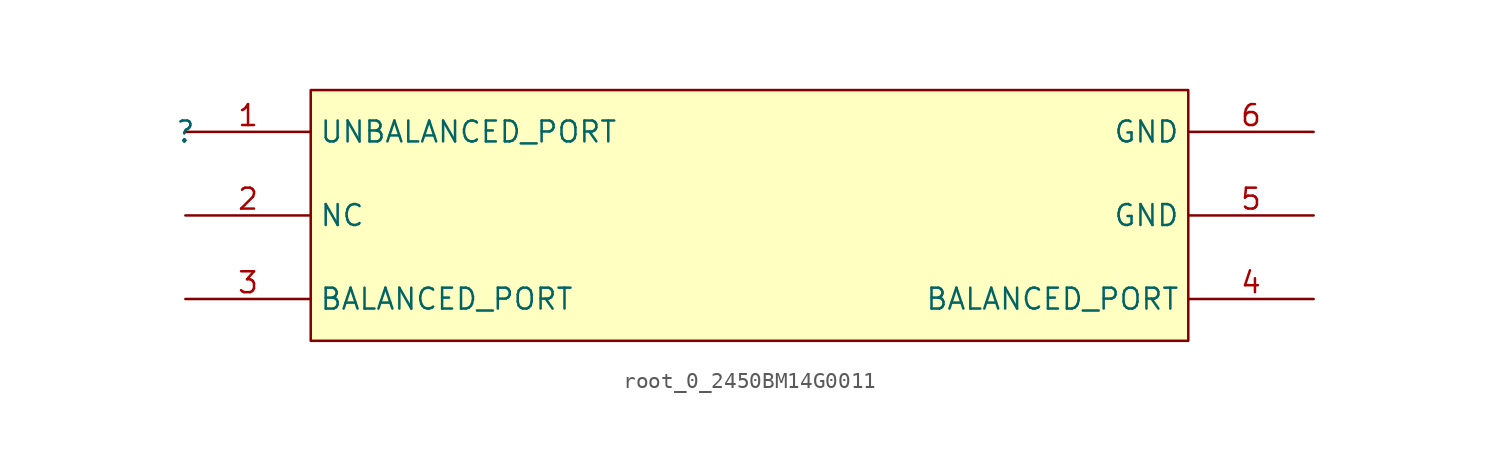
<source format=kicad_sym>
(kicad_symbol_lib
  (version 20220914)
  (generator kicad_symbol_editor)
  (symbol "root_0_2450BM14G0011"
    (property "Reference" ""
      (at 0 0 0)
      (effects (font (size 1.27 1.27))))
    (property "Value" ""
      (at 0 0 0)
      (effects (font (size 1.27 1.27))))
    (symbol "root_0_2450BM14G0011_1_0"
      (rectangle (start 60.96 2.54) (end 7.62 -12.7) (stroke (width 0) (type solid)) (fill (type background)))
      (pin input line (at 0 0 0) (length 7.62) (name "UNBALANCED_PORT" (effects (font (size 1.27 1.27)))) (number "1" (effects (font (size 1.27 1.27)))))
      (pin input line (at 0 -5.08 0) (length 7.62) (name "NC" (effects (font (size 1.27 1.27)))) (number "2" (effects (font (size 1.27 1.27)))))
      (pin input line (at 0 -10.16 0) (length 7.62) (name "BALANCED_PORT" (effects (font (size 1.27 1.27)))) (number "3" (effects (font (size 1.27 1.27)))))
      (pin input line (at 68.58 -10.16 180) (length 7.62) (name "BALANCED_PORT" (effects (font (size 1.27 1.27)))) (number "4" (effects (font (size 1.27 1.27)))))
      (pin input line (at 68.58 -5.08 180) (length 7.62) (name "GND" (effects (font (size 1.27 1.27)))) (number "5" (effects (font (size 1.27 1.27)))))
      (pin input line (at 68.58 0 180) (length 7.62) (name "GND" (effects (font (size 1.27 1.27)))) (number "6" (effects (font (size 1.27 1.27))))))))
</source>
